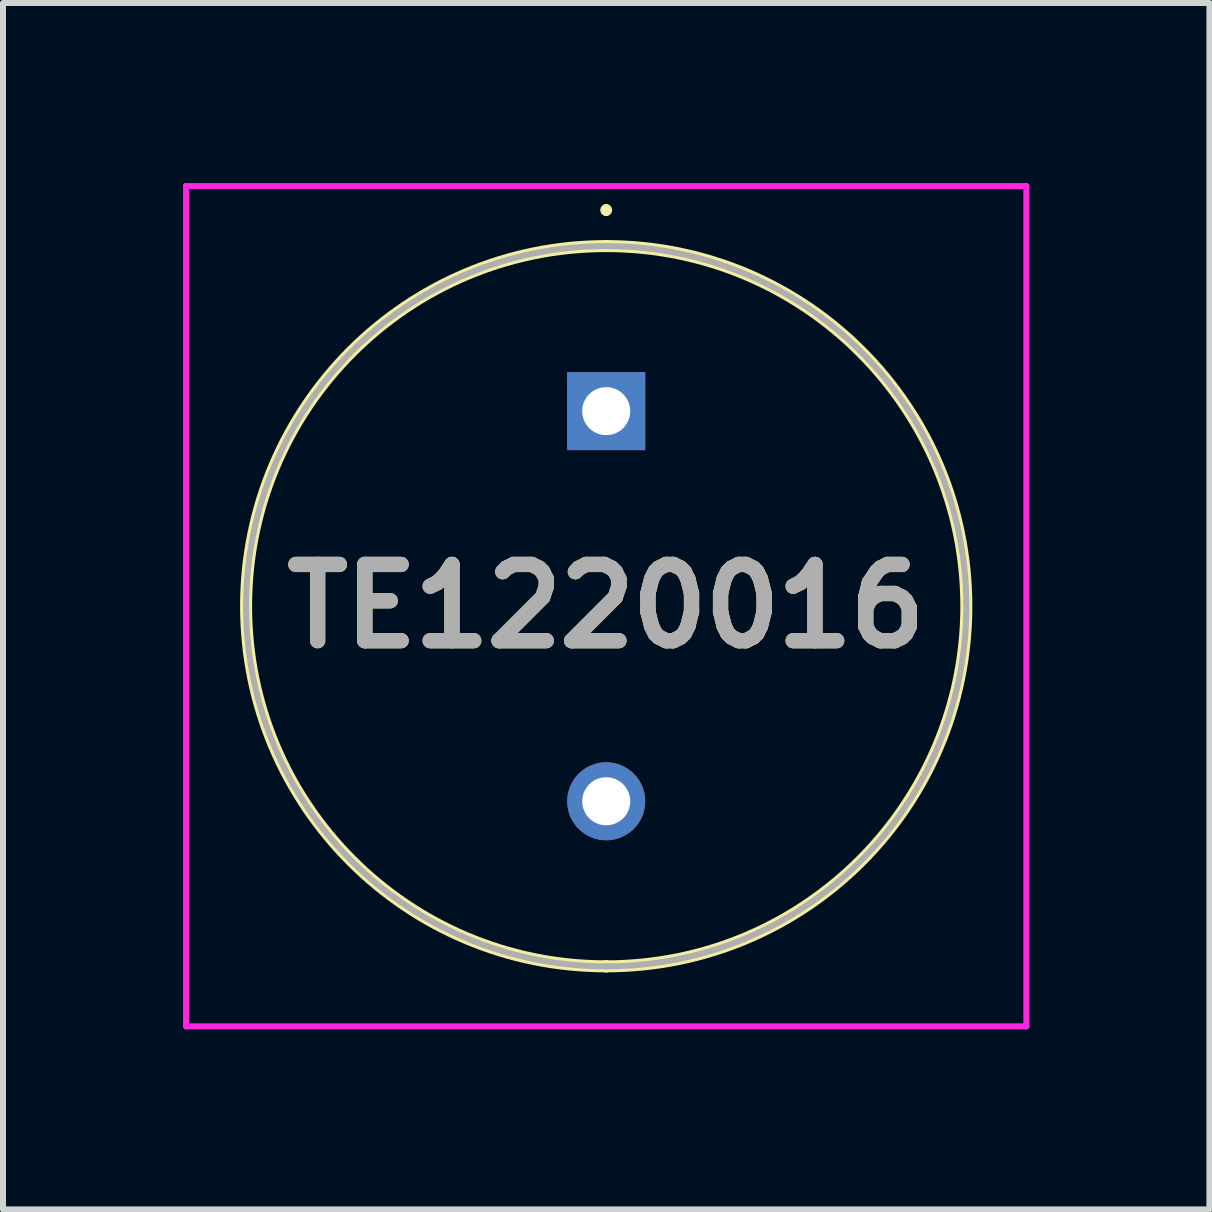
<source format=kicad_pcb>
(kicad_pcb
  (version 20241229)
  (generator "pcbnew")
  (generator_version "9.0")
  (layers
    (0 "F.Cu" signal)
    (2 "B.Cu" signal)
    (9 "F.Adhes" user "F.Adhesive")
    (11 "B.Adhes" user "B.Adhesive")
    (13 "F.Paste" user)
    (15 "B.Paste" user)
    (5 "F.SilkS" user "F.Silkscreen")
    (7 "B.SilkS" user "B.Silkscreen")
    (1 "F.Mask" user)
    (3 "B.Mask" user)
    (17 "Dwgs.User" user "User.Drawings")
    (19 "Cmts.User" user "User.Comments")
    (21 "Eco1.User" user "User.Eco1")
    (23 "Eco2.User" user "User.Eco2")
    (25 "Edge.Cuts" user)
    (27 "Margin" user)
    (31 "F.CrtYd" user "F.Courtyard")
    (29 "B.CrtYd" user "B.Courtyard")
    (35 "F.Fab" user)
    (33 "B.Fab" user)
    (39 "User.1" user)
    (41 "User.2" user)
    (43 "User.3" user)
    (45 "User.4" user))
  (footprint "TE1220016"
    (layer "F.Cu")
    (at 7.05 3.8)
    (property "Reference" "TE1220016" (at 0 3.25 0) (layer "F.SilkS") (effects (font (size 1.27 1.27) (thickness 0.254))))
    (attr through_hole)
    (fp_line (start 0 -3.4) (end 0 -3.4) (stroke (width 0.1) (type solid)) (layer "F.SilkS"))
    (fp_line (start 0 -3.3) (end 0 -3.3) (stroke (width 0.1) (type solid)) (layer "F.SilkS"))
    (fp_line (start 0 -2.75) (end 0 -2.75) (stroke (width 0.2) (type solid)) (layer "F.SilkS"))
    (fp_line (start 0 9.25) (end 0 9.25) (stroke (width 0.2) (type solid)) (layer "F.SilkS"))
    (fp_arc (start 0 -3.4) (mid 0.05 -3.35) (end 0 -3.3) (stroke (width 0.1) (type solid)) (layer "F.SilkS"))
    (fp_arc (start 0 -3.3) (mid -0.05 -3.35) (end 0 -3.4) (stroke (width 0.1) (type solid)) (layer "F.SilkS"))
    (fp_arc (start 0 -2.75) (mid 6 3.25) (end 0 9.25) (stroke (width 0.2) (type solid)) (layer "F.SilkS"))
    (fp_arc (start 0 9.25) (mid -6 3.25) (end 0 -2.75) (stroke (width 0.2) (type solid)) (layer "F.SilkS"))
    (fp_line (start -7 -3.75) (end 7 -3.75) (stroke (width 0.1) (type solid)) (layer "F.CrtYd"))
    (fp_line (start -7 10.25) (end -7 -3.75) (stroke (width 0.1) (type solid)) (layer "F.CrtYd"))
    (fp_line (start 7 -3.75) (end 7 10.25) (stroke (width 0.1) (type solid)) (layer "F.CrtYd"))
    (fp_line (start 7 10.25) (end -7 10.25) (stroke (width 0.1) (type solid)) (layer "F.CrtYd"))
    (fp_line (start 0 -2.75) (end 0 -2.75) (stroke (width 0.1) (type solid)) (layer "F.Fab"))
    (fp_line (start 0 9.25) (end 0 9.25) (stroke (width 0.1) (type solid)) (layer "F.Fab"))
    (fp_arc (start 0 -2.75) (mid 6 3.25) (end 0 9.25) (stroke (width 0.1) (type solid)) (layer "F.Fab"))
    (fp_arc (start 0 9.25) (mid -6 3.25) (end 0 -2.75) (stroke (width 0.1) (type solid)) (layer "F.Fab"))
    (fp_text user "${REFERENCE}" (at 0 3.25 0) (layer "F.Fab") (effects (font (size 1.27 1.27) (thickness 0.254))))
    (pad "1" thru_hole rect (at 0 0) (size 1.3 1.3) (drill 0.8) (layers "*.Cu" "*.Mask"))
    (pad "2" thru_hole circle (at 0 6.5) (size 1.3 1.3) (drill 0.8) (layers "*.Cu" "*.Mask")))
  (gr_rect
    (start -3 -3)
    (end 17.1 17.1)
    (stroke (width 0.1) (type default))
    (fill no)
    (layer "Edge.Cuts")))
</source>
